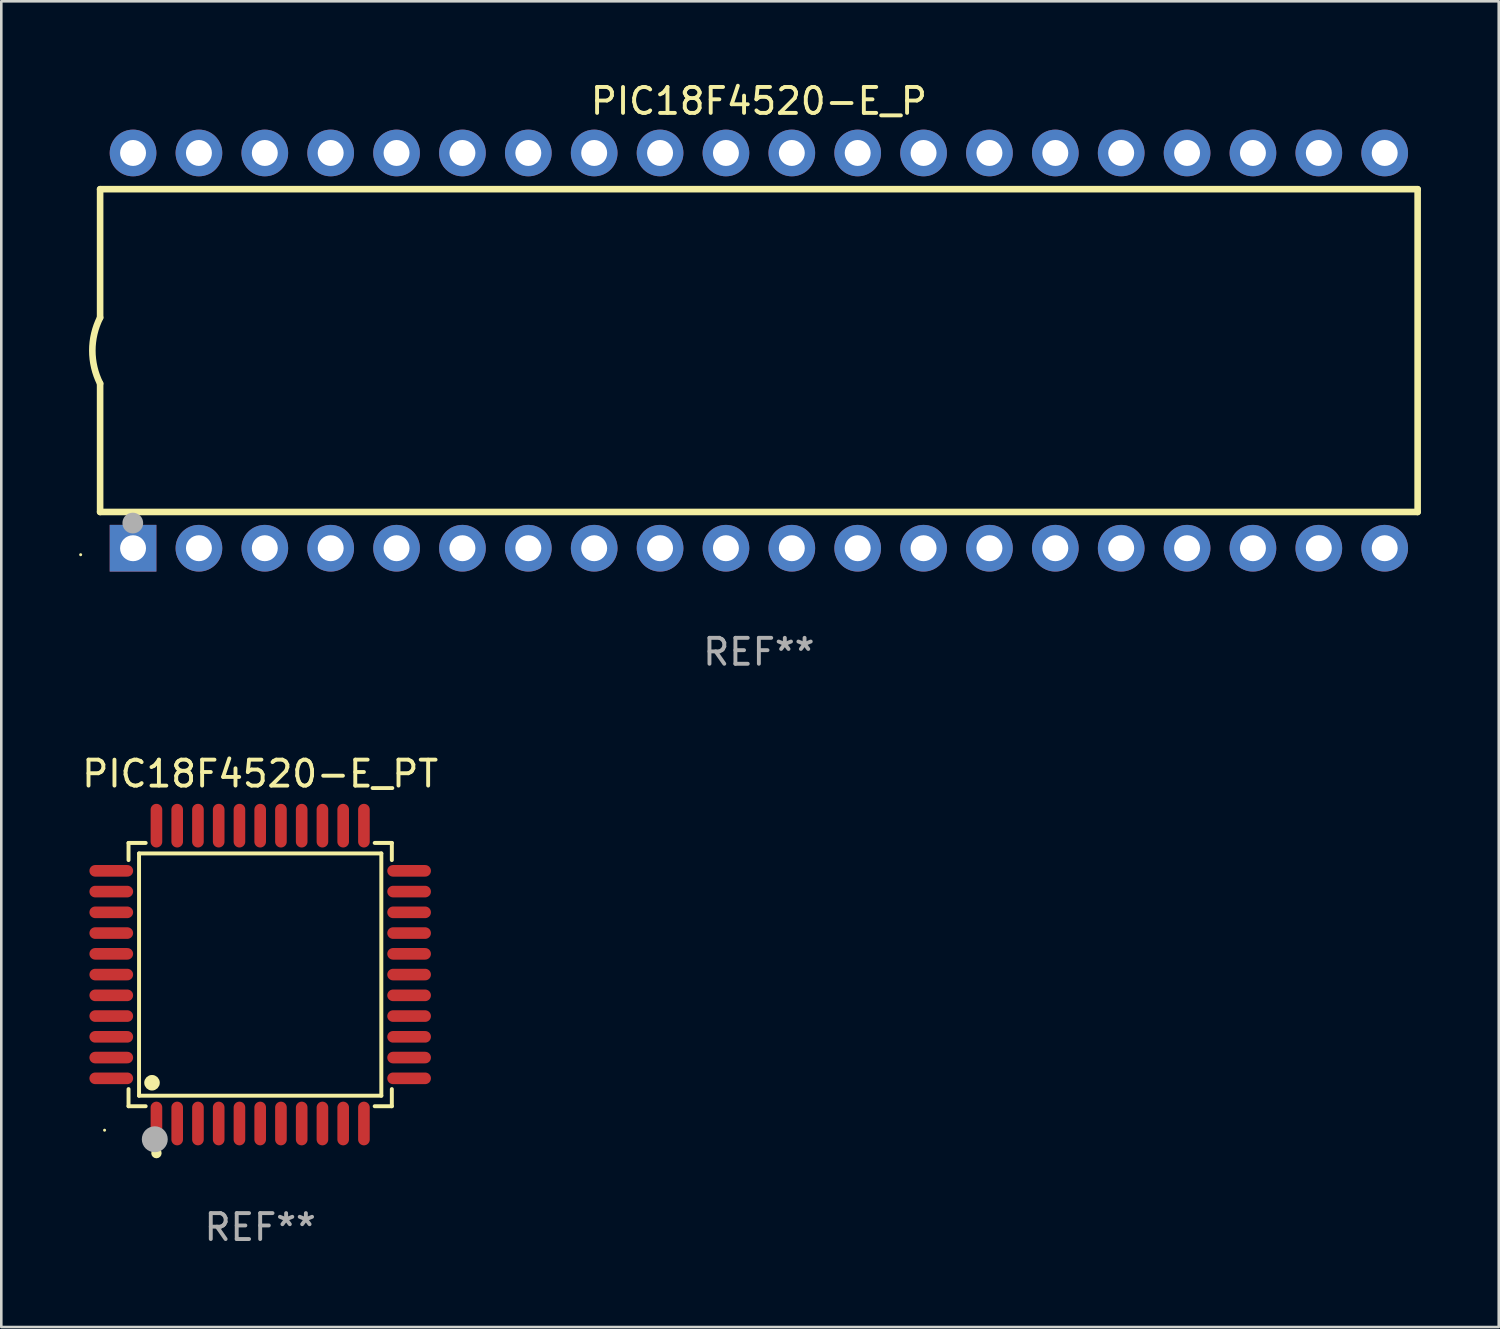
<source format=kicad_pcb>
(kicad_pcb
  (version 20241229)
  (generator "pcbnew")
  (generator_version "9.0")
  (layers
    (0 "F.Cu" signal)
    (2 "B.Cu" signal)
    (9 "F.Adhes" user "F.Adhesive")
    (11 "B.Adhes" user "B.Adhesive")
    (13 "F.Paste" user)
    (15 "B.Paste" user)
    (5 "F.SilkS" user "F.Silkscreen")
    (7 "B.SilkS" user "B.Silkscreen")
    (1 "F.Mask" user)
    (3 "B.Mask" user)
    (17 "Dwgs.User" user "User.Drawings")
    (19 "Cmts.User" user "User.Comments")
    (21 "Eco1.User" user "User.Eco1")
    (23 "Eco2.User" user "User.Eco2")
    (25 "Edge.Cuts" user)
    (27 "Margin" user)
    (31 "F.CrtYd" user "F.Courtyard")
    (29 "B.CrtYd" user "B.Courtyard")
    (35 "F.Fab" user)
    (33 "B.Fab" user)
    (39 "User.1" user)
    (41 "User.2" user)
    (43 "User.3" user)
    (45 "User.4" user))
  (footprint "PIC18F4520-E_PT"
    (layer "F.Cu")
    (at 6.982 34.527)
    (property "Reference" "PIC18F4520-E_PT" (at 0 -7.742 0) (layer "F.SilkS") (effects (font (size 1 1) (thickness 0.15))))
    (attr through_hole)
    (fp_line (start -5.076 -5.076) (end -4.415 -5.076) (stroke (width 0.152) (type solid)) (layer "F.SilkS"))
    (fp_line (start -5.076 -4.415) (end -5.076 -5.076) (stroke (width 0.152) (type solid)) (layer "F.SilkS"))
    (fp_line (start -5.076 4.415) (end -5.076 5.076) (stroke (width 0.152) (type solid)) (layer "F.SilkS"))
    (fp_line (start -5.076 5.076) (end -4.415 5.076) (stroke (width 0.152) (type solid)) (layer "F.SilkS"))
    (fp_line (start -4.671 -4.671) (end 4.671 -4.671) (stroke (width 0.152) (type solid)) (layer "F.SilkS"))
    (fp_line (start -4.671 4.671) (end -4.671 -4.671) (stroke (width 0.152) (type solid)) (layer "F.SilkS"))
    (fp_line (start 4.671 -4.671) (end 4.671 4.671) (stroke (width 0.152) (type solid)) (layer "F.SilkS"))
    (fp_line (start 4.671 4.671) (end -4.671 4.671) (stroke (width 0.152) (type solid)) (layer "F.SilkS"))
    (fp_line (start 5.076 -5.076) (end 4.415 -5.076) (stroke (width 0.152) (type solid)) (layer "F.SilkS"))
    (fp_line (start 5.076 -4.415) (end 5.076 -5.076) (stroke (width 0.152) (type solid)) (layer "F.SilkS"))
    (fp_line (start 5.076 4.415) (end 5.076 5.076) (stroke (width 0.152) (type solid)) (layer "F.SilkS"))
    (fp_line (start 5.076 5.076) (end 4.415 5.076) (stroke (width 0.152) (type solid)) (layer "F.SilkS"))
    (fp_circle (center -6 6) (end -5.97 6) (stroke (width 0.06) (type solid)) (fill no) (layer "F.SilkS"))
    (fp_circle (center -4.171 4.171) (end -4.021 4.171) (stroke (width 0.3) (type solid)) (fill no) (layer "F.SilkS"))
    (fp_circle (center -4 6.884) (end -3.9 6.884) (stroke (width 0.2) (type solid)) (fill no) (layer "F.SilkS"))
    (fp_circle (center -4.064 6.35) (end -3.814 6.35) (stroke (width 0.5) (type solid)) (fill no) (layer "F.Fab"))
    (fp_text user "REF**" (at 0 9.742 0) (layer "F.Fab") (effects (font (size 1 1) (thickness 0.15))))
    (pad "1" smd oval (at -4 5.742) (size 0.448 1.684) (layers "F.Cu" "F.Mask" "F.Paste"))
    (pad "2" smd oval (at -3.2 5.742) (size 0.448 1.684) (layers "F.Cu" "F.Mask" "F.Paste"))
    (pad "3" smd oval (at -2.4 5.742) (size 0.448 1.684) (layers "F.Cu" "F.Mask" "F.Paste"))
    (pad "4" smd oval (at -1.6 5.742) (size 0.448 1.684) (layers "F.Cu" "F.Mask" "F.Paste"))
    (pad "5" smd oval (at -0.8 5.742) (size 0.448 1.684) (layers "F.Cu" "F.Mask" "F.Paste"))
    (pad "6" smd oval (at 0 5.742) (size 0.448 1.684) (layers "F.Cu" "F.Mask" "F.Paste"))
    (pad "7" smd oval (at 0.8 5.742) (size 0.448 1.684) (layers "F.Cu" "F.Mask" "F.Paste"))
    (pad "8" smd oval (at 1.6 5.742) (size 0.448 1.684) (layers "F.Cu" "F.Mask" "F.Paste"))
    (pad "9" smd oval (at 2.4 5.742) (size 0.448 1.684) (layers "F.Cu" "F.Mask" "F.Paste"))
    (pad "10" smd oval (at 3.2 5.742) (size 0.448 1.684) (layers "F.Cu" "F.Mask" "F.Paste"))
    (pad "11" smd oval (at 4 5.742) (size 0.448 1.684) (layers "F.Cu" "F.Mask" "F.Paste"))
    (pad "12" smd oval (at 5.742 4) (size 1.684 0.448) (layers "F.Cu" "F.Mask" "F.Paste"))
    (pad "13" smd oval (at 5.742 3.2) (size 1.684 0.448) (layers "F.Cu" "F.Mask" "F.Paste"))
    (pad "14" smd oval (at 5.742 2.4) (size 1.684 0.448) (layers "F.Cu" "F.Mask" "F.Paste"))
    (pad "15" smd oval (at 5.742 1.6) (size 1.684 0.448) (layers "F.Cu" "F.Mask" "F.Paste"))
    (pad "16" smd oval (at 5.742 0.8) (size 1.684 0.448) (layers "F.Cu" "F.Mask" "F.Paste"))
    (pad "17" smd oval (at 5.742 0) (size 1.684 0.448) (layers "F.Cu" "F.Mask" "F.Paste"))
    (pad "18" smd oval (at 5.742 -0.8) (size 1.684 0.448) (layers "F.Cu" "F.Mask" "F.Paste"))
    (pad "19" smd oval (at 5.742 -1.6) (size 1.684 0.448) (layers "F.Cu" "F.Mask" "F.Paste"))
    (pad "20" smd oval (at 5.742 -2.4) (size 1.684 0.448) (layers "F.Cu" "F.Mask" "F.Paste"))
    (pad "21" smd oval (at 5.742 -3.2) (size 1.684 0.448) (layers "F.Cu" "F.Mask" "F.Paste"))
    (pad "22" smd oval (at 5.742 -4) (size 1.684 0.448) (layers "F.Cu" "F.Mask" "F.Paste"))
    (pad "23" smd oval (at 4 -5.742) (size 0.448 1.684) (layers "F.Cu" "F.Mask" "F.Paste"))
    (pad "24" smd oval (at 3.2 -5.742) (size 0.448 1.684) (layers "F.Cu" "F.Mask" "F.Paste"))
    (pad "25" smd oval (at 2.4 -5.742) (size 0.448 1.684) (layers "F.Cu" "F.Mask" "F.Paste"))
    (pad "26" smd oval (at 1.6 -5.742) (size 0.448 1.684) (layers "F.Cu" "F.Mask" "F.Paste"))
    (pad "27" smd oval (at 0.8 -5.742) (size 0.448 1.684) (layers "F.Cu" "F.Mask" "F.Paste"))
    (pad "28" smd oval (at 0 -5.742) (size 0.448 1.684) (layers "F.Cu" "F.Mask" "F.Paste"))
    (pad "29" smd oval (at -0.8 -5.742) (size 0.448 1.684) (layers "F.Cu" "F.Mask" "F.Paste"))
    (pad "30" smd oval (at -1.6 -5.742) (size 0.448 1.684) (layers "F.Cu" "F.Mask" "F.Paste"))
    (pad "31" smd oval (at -2.4 -5.742) (size 0.448 1.684) (layers "F.Cu" "F.Mask" "F.Paste"))
    (pad "32" smd oval (at -3.2 -5.742) (size 0.448 1.684) (layers "F.Cu" "F.Mask" "F.Paste"))
    (pad "33" smd oval (at -4 -5.742) (size 0.448 1.684) (layers "F.Cu" "F.Mask" "F.Paste"))
    (pad "34" smd oval (at -5.742 -4) (size 1.684 0.448) (layers "F.Cu" "F.Mask" "F.Paste"))
    (pad "35" smd oval (at -5.742 -3.2) (size 1.684 0.448) (layers "F.Cu" "F.Mask" "F.Paste"))
    (pad "36" smd oval (at -5.742 -2.4) (size 1.684 0.448) (layers "F.Cu" "F.Mask" "F.Paste"))
    (pad "37" smd oval (at -5.742 -1.6) (size 1.684 0.448) (layers "F.Cu" "F.Mask" "F.Paste"))
    (pad "38" smd oval (at -5.742 -0.8) (size 1.684 0.448) (layers "F.Cu" "F.Mask" "F.Paste"))
    (pad "39" smd oval (at -5.742 0) (size 1.684 0.448) (layers "F.Cu" "F.Mask" "F.Paste"))
    (pad "40" smd oval (at -5.742 0.8) (size 1.684 0.448) (layers "F.Cu" "F.Mask" "F.Paste"))
    (pad "41" smd oval (at -5.742 1.6) (size 1.684 0.448) (layers "F.Cu" "F.Mask" "F.Paste"))
    (pad "42" smd oval (at -5.742 2.4) (size 1.684 0.448) (layers "F.Cu" "F.Mask" "F.Paste"))
    (pad "43" smd oval (at -5.742 3.2) (size 1.684 0.448) (layers "F.Cu" "F.Mask" "F.Paste"))
    (pad "44" smd oval (at -5.742 4) (size 1.684 0.448) (layers "F.Cu" "F.Mask" "F.Paste")))
  (footprint "PIC18F4520-E_P"
    (layer "F.Cu")
    (at 26.21 10.468)
    (property "Reference" "PIC18F4520-E_P" (at 0 -9.62 0) (layer "F.SilkS") (effects (font (size 1 1) (thickness 0.15))))
    (attr through_hole)
    (fp_line (start -25.4 -6.224) (end -25.4 -1.271) (stroke (width 0.254) (type solid)) (layer "F.SilkS"))
    (fp_line (start -25.4 -6.224) (end 25.4 -6.224) (stroke (width 0.254) (type solid)) (layer "F.SilkS"))
    (fp_line (start -25.4 1.269) (end -25.4 6.222) (stroke (width 0.254) (type solid)) (layer "F.SilkS"))
    (fp_line (start -25.4 6.222) (end 25.4 6.222) (stroke (width 0.254) (type solid)) (layer "F.SilkS"))
    (fp_line (start 25.4 6.222) (end 25.4 -6.224) (stroke (width 0.254) (type solid)) (layer "F.SilkS"))
    (fp_arc (start -25.4 1.269241) (mid -25.699807 -0.000762) (end -25.4 -1.270765) (stroke (width 0.254001) (type solid)) (layer "F.SilkS"))
    (fp_circle (center -26.15 7.87) (end -26.12 7.87) (stroke (width 0.06) (type solid)) (fill no) (layer "F.SilkS"))
    (fp_circle (center -24.14 6.65) (end -23.94 6.65) (stroke (width 0.4) (type solid)) (fill no) (layer "F.Fab"))
    (fp_text user "REF**" (at 0 11.62 0) (layer "F.Fab") (effects (font (size 1 1) (thickness 0.15))))
    (pad "1" thru_hole rect (at -24.13 7.62 90) (size 1.8 1.8) (drill 1) (layers "*.Cu" "*.Mask"))
    (pad "2" thru_hole circle (at -21.59 7.62) (size 1.8 1.8) (drill 1) (layers "*.Cu" "*.Mask"))
    (pad "3" thru_hole circle (at -19.05 7.62) (size 1.8 1.8) (drill 1) (layers "*.Cu" "*.Mask"))
    (pad "4" thru_hole circle (at -16.51 7.62) (size 1.8 1.8) (drill 1) (layers "*.Cu" "*.Mask"))
    (pad "5" thru_hole circle (at -13.97 7.62) (size 1.8 1.8) (drill 1) (layers "*.Cu" "*.Mask"))
    (pad "6" thru_hole circle (at -11.43 7.62) (size 1.8 1.8) (drill 1) (layers "*.Cu" "*.Mask"))
    (pad "7" thru_hole circle (at -8.89 7.62) (size 1.8 1.8) (drill 1) (layers "*.Cu" "*.Mask"))
    (pad "8" thru_hole circle (at -6.35 7.62) (size 1.8 1.8) (drill 1) (layers "*.Cu" "*.Mask"))
    (pad "9" thru_hole circle (at -3.81 7.62) (size 1.8 1.8) (drill 1) (layers "*.Cu" "*.Mask"))
    (pad "10" thru_hole circle (at -1.27 7.62) (size 1.8 1.8) (drill 1) (layers "*.Cu" "*.Mask"))
    (pad "11" thru_hole circle (at 1.27 7.62) (size 1.8 1.8) (drill 1) (layers "*.Cu" "*.Mask"))
    (pad "12" thru_hole circle (at 3.81 7.62) (size 1.8 1.8) (drill 1) (layers "*.Cu" "*.Mask"))
    (pad "13" thru_hole circle (at 6.35 7.62) (size 1.8 1.8) (drill 1) (layers "*.Cu" "*.Mask"))
    (pad "14" thru_hole circle (at 8.89 7.62) (size 1.8 1.8) (drill 1) (layers "*.Cu" "*.Mask"))
    (pad "15" thru_hole circle (at 11.43 7.62) (size 1.8 1.8) (drill 1) (layers "*.Cu" "*.Mask"))
    (pad "16" thru_hole circle (at 13.97 7.62) (size 1.8 1.8) (drill 1) (layers "*.Cu" "*.Mask"))
    (pad "17" thru_hole circle (at 16.51 7.62) (size 1.8 1.8) (drill 1) (layers "*.Cu" "*.Mask"))
    (pad "18" thru_hole circle (at 19.05 7.62) (size 1.8 1.8) (drill 1) (layers "*.Cu" "*.Mask"))
    (pad "19" thru_hole circle (at 21.59 7.62) (size 1.8 1.8) (drill 1) (layers "*.Cu" "*.Mask"))
    (pad "20" thru_hole circle (at 24.13 7.62) (size 1.8 1.8) (drill 1) (layers "*.Cu" "*.Mask"))
    (pad "21" thru_hole circle (at 24.13 -7.62) (size 1.8 1.8) (drill 1) (layers "*.Cu" "*.Mask"))
    (pad "22" thru_hole circle (at 21.59 -7.62) (size 1.8 1.8) (drill 1) (layers "*.Cu" "*.Mask"))
    (pad "23" thru_hole circle (at 19.05 -7.62) (size 1.8 1.8) (drill 1) (layers "*.Cu" "*.Mask"))
    (pad "24" thru_hole circle (at 16.51 -7.62) (size 1.8 1.8) (drill 1) (layers "*.Cu" "*.Mask"))
    (pad "25" thru_hole circle (at 13.97 -7.62) (size 1.8 1.8) (drill 1) (layers "*.Cu" "*.Mask"))
    (pad "26" thru_hole circle (at 11.43 -7.62) (size 1.8 1.8) (drill 1) (layers "*.Cu" "*.Mask"))
    (pad "27" thru_hole circle (at 8.89 -7.62) (size 1.8 1.8) (drill 1) (layers "*.Cu" "*.Mask"))
    (pad "28" thru_hole circle (at 6.35 -7.62) (size 1.8 1.8) (drill 1) (layers "*.Cu" "*.Mask"))
    (pad "29" thru_hole circle (at 3.81 -7.62) (size 1.8 1.8) (drill 1) (layers "*.Cu" "*.Mask"))
    (pad "30" thru_hole circle (at 1.27 -7.62) (size 1.8 1.8) (drill 1) (layers "*.Cu" "*.Mask"))
    (pad "31" thru_hole circle (at -1.27 -7.62) (size 1.8 1.8) (drill 1) (layers "*.Cu" "*.Mask"))
    (pad "32" thru_hole circle (at -3.81 -7.62) (size 1.8 1.8) (drill 1) (layers "*.Cu" "*.Mask"))
    (pad "33" thru_hole circle (at -6.35 -7.62) (size 1.8 1.8) (drill 1) (layers "*.Cu" "*.Mask"))
    (pad "34" thru_hole circle (at -8.89 -7.62) (size 1.8 1.8) (drill 1) (layers "*.Cu" "*.Mask"))
    (pad "35" thru_hole circle (at -11.43 -7.62) (size 1.8 1.8) (drill 1) (layers "*.Cu" "*.Mask"))
    (pad "36" thru_hole circle (at -13.97 -7.62) (size 1.8 1.8) (drill 1) (layers "*.Cu" "*.Mask"))
    (pad "37" thru_hole circle (at -16.51 -7.62) (size 1.8 1.8) (drill 1) (layers "*.Cu" "*.Mask"))
    (pad "38" thru_hole circle (at -19.05 -7.62) (size 1.8 1.8) (drill 1) (layers "*.Cu" "*.Mask"))
    (pad "39" thru_hole circle (at -21.59 -7.62) (size 1.8 1.8) (drill 1) (layers "*.Cu" "*.Mask"))
    (pad "40" thru_hole circle (at -24.13 -7.62) (size 1.8 1.8) (drill 1) (layers "*.Cu" "*.Mask")))
  (gr_rect
    (start -3 -3)
    (end 54.737 48.117)
    (stroke (width 0.1) (type default))
    (fill no)
    (layer "Edge.Cuts")))
</source>
